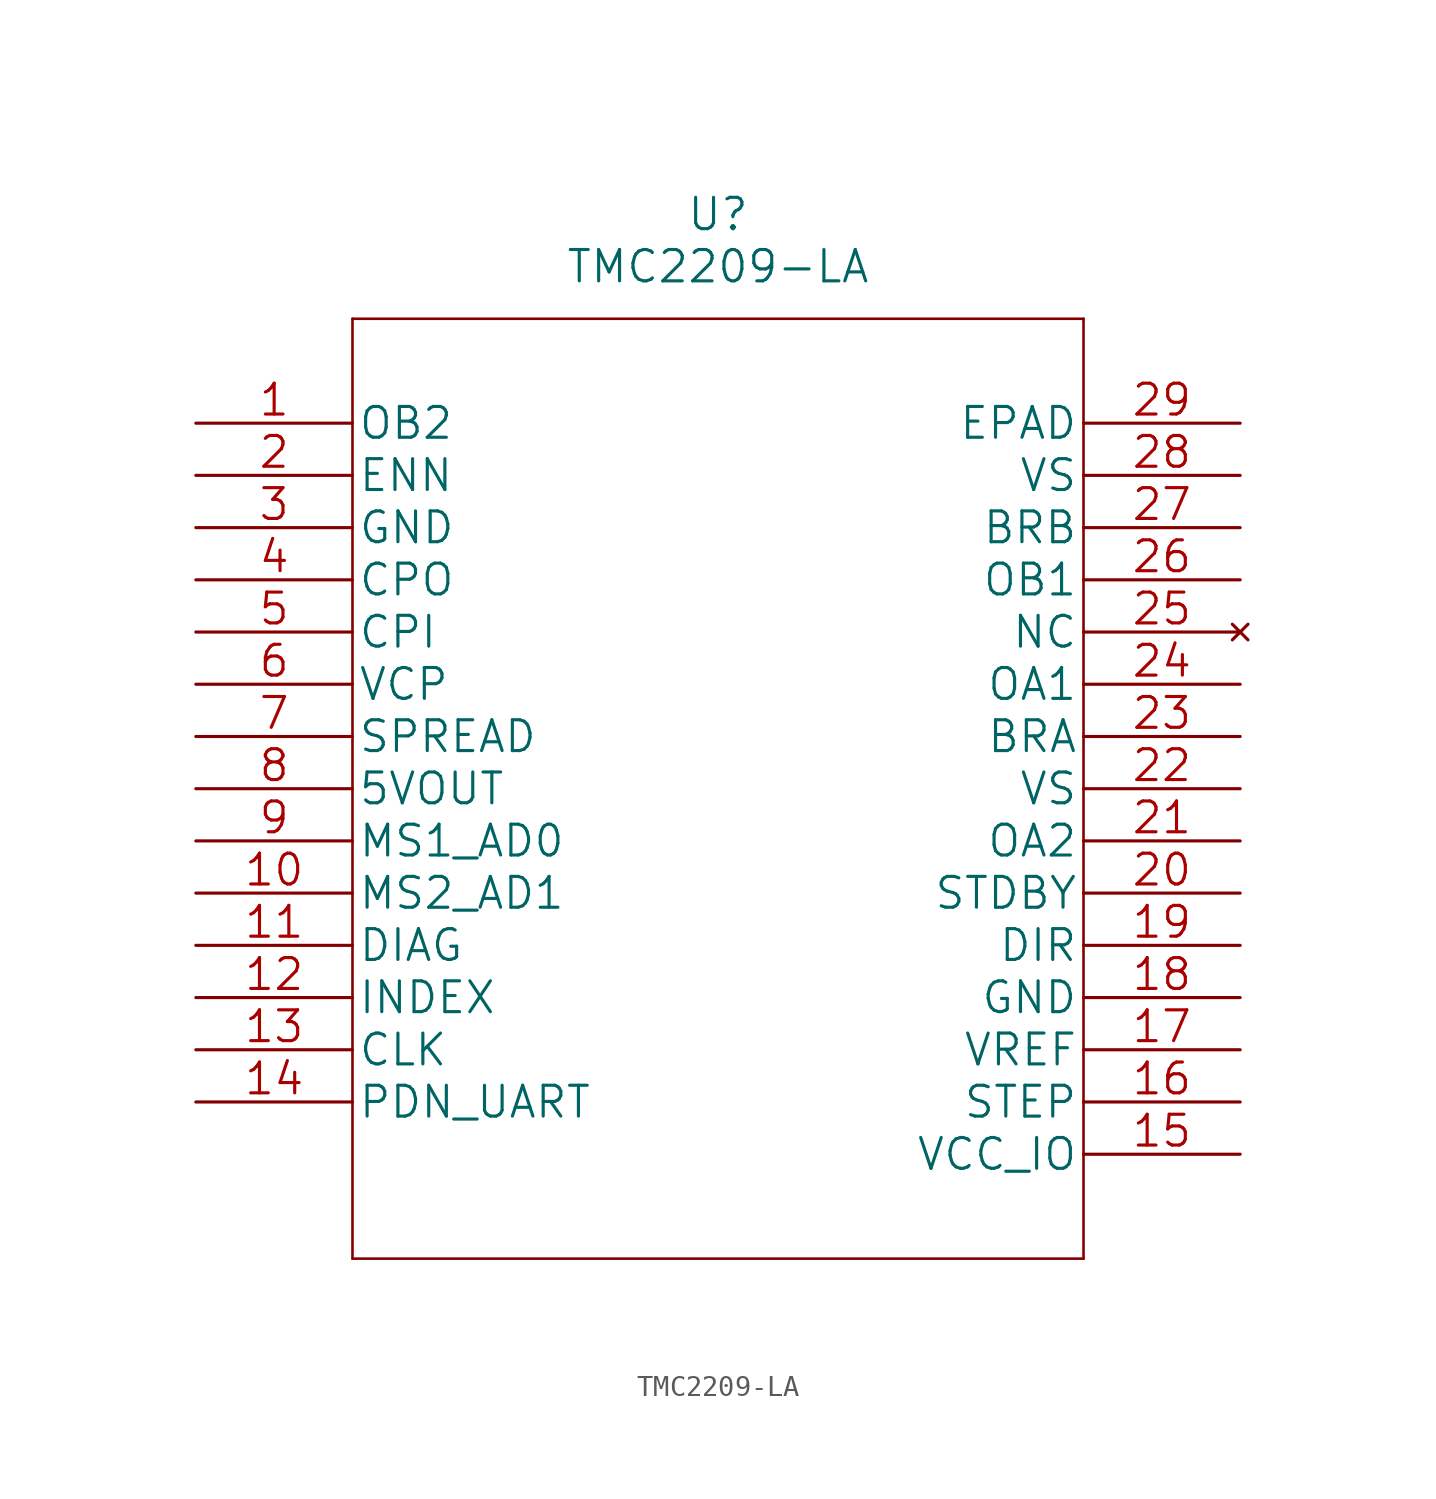
<source format=kicad_sym>
(kicad_symbol_lib
  (version 20220101)
  (generator kicad_symbol_editor)
  (symbol "TMC2209-LA"
    (pin_names
      (offset 0.254))
    (property "Reference" "U"
      (at 25.4 10.16 0)
      (effects (font (size 1.524 1.524))))
    (property "Value" "TMC2209-LA"
      (at 25.4 7.62 0)
      (effects (font (size 1.524 1.524))))
    (property "Datasheet" ""
      (at 0 0 0)
      (effects (font (size 1.524 1.524))))
    (property "ki_locked" ""
      (at 0 0 0)
      (effects (font (size 1.27 1.27))))
    (symbol "TMC2209-LA_1_1"
      (polyline (pts (xy 7.62 -40.64) (xy 43.18 -40.64)) (stroke (width 0.127) (type default)) (fill (type none)))
      (polyline (pts (xy 7.62 5.08) (xy 7.62 -40.64)) (stroke (width 0.127) (type default)) (fill (type none)))
      (polyline (pts (xy 43.18 -40.64) (xy 43.18 5.08)) (stroke (width 0.127) (type default)) (fill (type none)))
      (polyline (pts (xy 43.18 5.08) (xy 7.62 5.08)) (stroke (width 0.127) (type default)) (fill (type none)))
      (pin output line (at 0 0 0) (length 7.62) (name "OB2" (effects (font (size 1.499 1.499)))) (number "1" (effects (font (size 1.499 1.499)))))
      (pin input line (at 0 -22.86 0) (length 7.62) (name "MS2_AD1" (effects (font (size 1.499 1.499)))) (number "10" (effects (font (size 1.499 1.499)))))
      (pin output line (at 0 -25.4 0) (length 7.62) (name "DIAG" (effects (font (size 1.499 1.499)))) (number "11" (effects (font (size 1.499 1.499)))))
      (pin output line (at 0 -27.94 0) (length 7.62) (name "INDEX" (effects (font (size 1.499 1.499)))) (number "12" (effects (font (size 1.499 1.499)))))
      (pin input line (at 0 -30.48 0) (length 7.62) (name "CLK" (effects (font (size 1.499 1.499)))) (number "13" (effects (font (size 1.499 1.499)))))
      (pin bidirectional line (at 0 -33.02 0) (length 7.62) (name "PDN_UART" (effects (font (size 1.499 1.499)))) (number "14" (effects (font (size 1.499 1.499)))))
      (pin power_in line (at 50.8 -35.56 180) (length 7.62) (name "VCC_IO" (effects (font (size 1.499 1.499)))) (number "15" (effects (font (size 1.499 1.499)))))
      (pin input line (at 50.8 -33.02 180) (length 7.62) (name "STEP" (effects (font (size 1.499 1.499)))) (number "16" (effects (font (size 1.499 1.499)))))
      (pin input line (at 50.8 -30.48 180) (length 7.62) (name "VREF" (effects (font (size 1.499 1.499)))) (number "17" (effects (font (size 1.499 1.499)))))
      (pin power_in line (at 50.8 -27.94 180) (length 7.62) (name "GND" (effects (font (size 1.499 1.499)))) (number "18" (effects (font (size 1.499 1.499)))))
      (pin input line (at 50.8 -25.4 180) (length 7.62) (name "DIR" (effects (font (size 1.499 1.499)))) (number "19" (effects (font (size 1.499 1.499)))))
      (pin input line (at 0 -2.54 0) (length 7.62) (name "ENN" (effects (font (size 1.499 1.499)))) (number "2" (effects (font (size 1.499 1.499)))))
      (pin input line (at 50.8 -22.86 180) (length 7.62) (name "STDBY" (effects (font (size 1.499 1.499)))) (number "20" (effects (font (size 1.499 1.499)))))
      (pin output line (at 50.8 -20.32 180) (length 7.62) (name "OA2" (effects (font (size 1.499 1.499)))) (number "21" (effects (font (size 1.499 1.499)))))
      (pin power_in line (at 50.8 -17.78 180) (length 7.62) (name "VS" (effects (font (size 1.499 1.499)))) (number "22" (effects (font (size 1.499 1.499)))))
      (pin unspecified line (at 50.8 -15.24 180) (length 7.62) (name "BRA" (effects (font (size 1.499 1.499)))) (number "23" (effects (font (size 1.499 1.499)))))
      (pin output line (at 50.8 -12.7 180) (length 7.62) (name "OA1" (effects (font (size 1.499 1.499)))) (number "24" (effects (font (size 1.499 1.499)))))
      (pin no_connect line (at 50.8 -10.16 180) (length 7.62) (name "NC" (effects (font (size 1.499 1.499)))) (number "25" (effects (font (size 1.499 1.499)))))
      (pin output line (at 50.8 -7.62 180) (length 7.62) (name "OB1" (effects (font (size 1.499 1.499)))) (number "26" (effects (font (size 1.499 1.499)))))
      (pin unspecified line (at 50.8 -5.08 180) (length 7.62) (name "BRB" (effects (font (size 1.499 1.499)))) (number "27" (effects (font (size 1.499 1.499)))))
      (pin power_in line (at 50.8 -2.54 180) (length 7.62) (name "VS" (effects (font (size 1.499 1.499)))) (number "28" (effects (font (size 1.499 1.499)))))
      (pin unspecified line (at 50.8 0 180) (length 7.62) (name "EPAD" (effects (font (size 1.499 1.499)))) (number "29" (effects (font (size 1.499 1.499)))))
      (pin power_in line (at 0 -5.08 0) (length 7.62) (name "GND" (effects (font (size 1.499 1.499)))) (number "3" (effects (font (size 1.499 1.499)))))
      (pin output line (at 0 -7.62 0) (length 7.62) (name "CPO" (effects (font (size 1.499 1.499)))) (number "4" (effects (font (size 1.499 1.499)))))
      (pin input line (at 0 -10.16 0) (length 7.62) (name "CPI" (effects (font (size 1.499 1.499)))) (number "5" (effects (font (size 1.499 1.499)))))
      (pin power_in line (at 0 -12.7 0) (length 7.62) (name "VCP" (effects (font (size 1.499 1.499)))) (number "6" (effects (font (size 1.499 1.499)))))
      (pin input line (at 0 -15.24 0) (length 7.62) (name "SPREAD" (effects (font (size 1.499 1.499)))) (number "7" (effects (font (size 1.499 1.499)))))
      (pin output line (at 0 -17.78 0) (length 7.62) (name "5VOUT" (effects (font (size 1.499 1.499)))) (number "8" (effects (font (size 1.499 1.499)))))
      (pin input line (at 0 -20.32 0) (length 7.62) (name "MS1_AD0" (effects (font (size 1.499 1.499)))) (number "9" (effects (font (size 1.499 1.499))))))))
</source>
